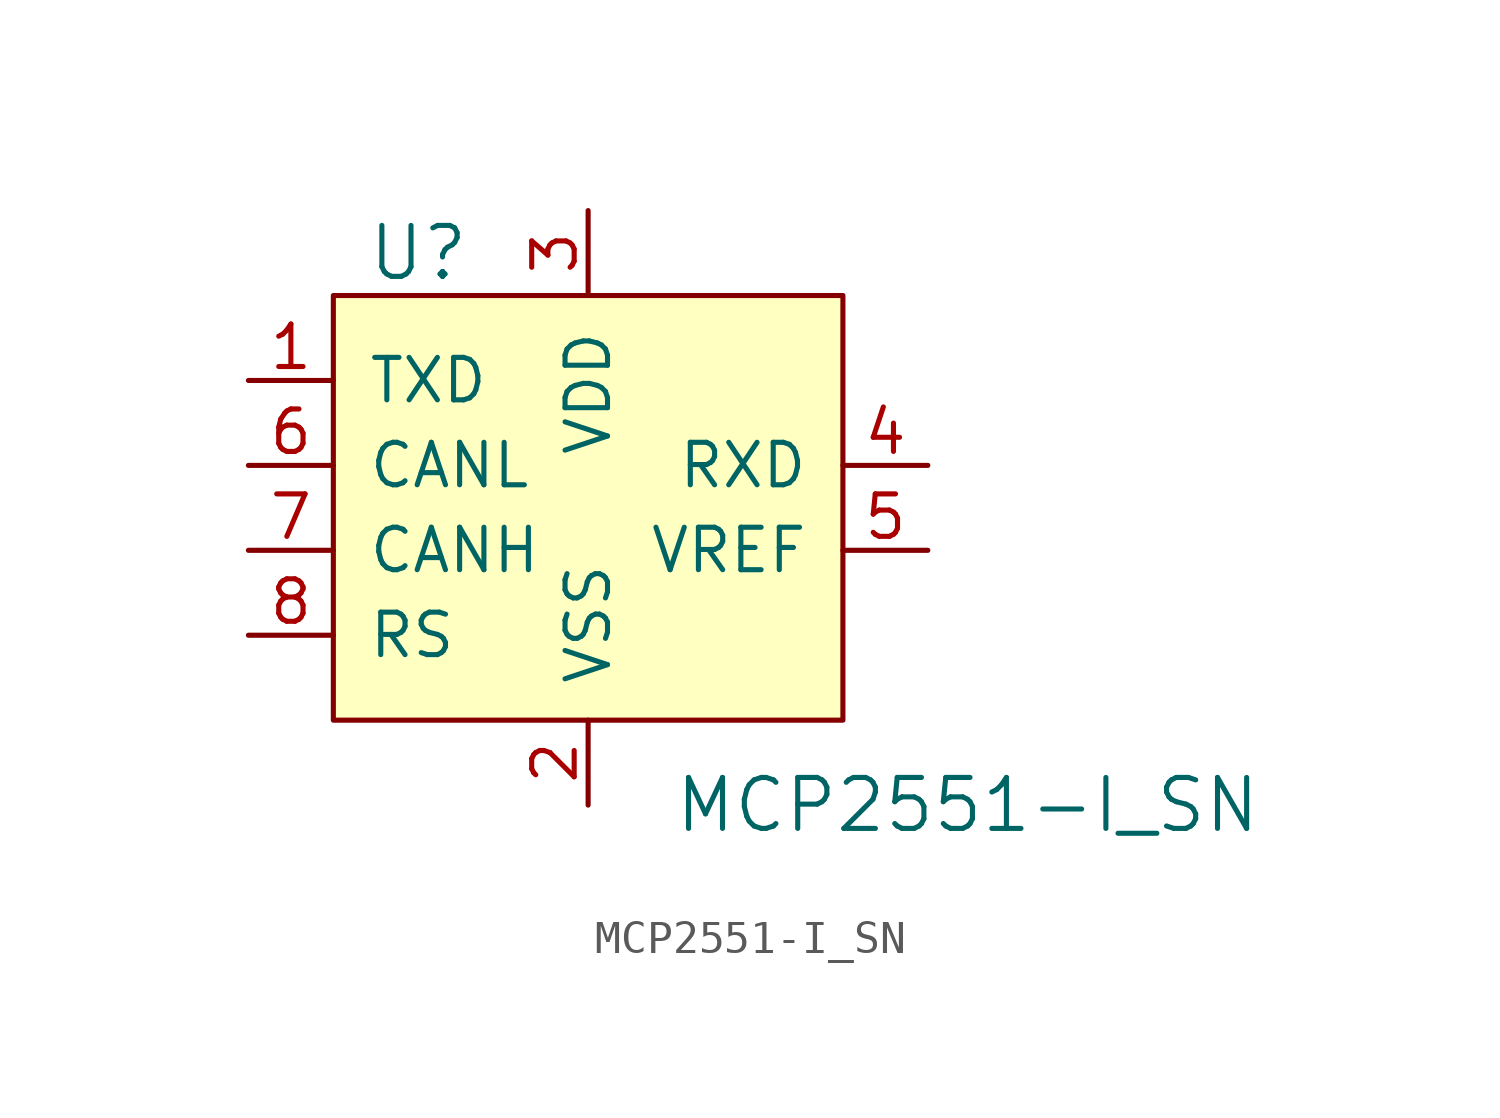
<source format=kicad_sym>
(kicad_symbol_lib
  (version 20231120)
  (generator "kicad_symbol_editor")
  (generator_version "8.0")
  (symbol "MCP2551-I_SN"
    (pin_names
      (offset 1.016))
    (property "Reference" "U"
      (at -5.08 8.89 0)
      (effects (font (size 1.524 1.524))))
    (property "Value" "MCP2551-I_SN"
      (at 2.54 -7.62 0)
      (effects (font (size 1.524 1.524)) (justify left)))
    (symbol "MCP2551-I_SN_0_1"
      (rectangle (start -7.62 7.62) (end 7.62 -5.08) (stroke (width 0) (type solid)) (fill (type background))))
    (symbol "MCP2551-I_SN_1_1"
      (pin input line (at -10.16 5.08 0) (length 2.54) (name "TXD" (effects (font (size 1.27 1.27)))) (number "1" (effects (font (size 1.27 1.27)))))
      (pin power_in line (at 0 -7.62 90) (length 2.54) (name "VSS" (effects (font (size 1.27 1.27)))) (number "2" (effects (font (size 1.27 1.27)))))
      (pin power_in line (at 0 10.16 270) (length 2.54) (name "VDD" (effects (font (size 1.27 1.27)))) (number "3" (effects (font (size 1.27 1.27)))))
      (pin output line (at 10.16 2.54 180) (length 2.54) (name "RXD" (effects (font (size 1.27 1.27)))) (number "4" (effects (font (size 1.27 1.27)))))
      (pin output line (at 10.16 0 180) (length 2.54) (name "VREF" (effects (font (size 1.27 1.27)))) (number "5" (effects (font (size 1.27 1.27)))))
      (pin bidirectional line (at -10.16 2.54 0) (length 2.54) (name "CANL" (effects (font (size 1.27 1.27)))) (number "6" (effects (font (size 1.27 1.27)))))
      (pin bidirectional line (at -10.16 0 0) (length 2.54) (name "CANH" (effects (font (size 1.27 1.27)))) (number "7" (effects (font (size 1.27 1.27)))))
      (pin input line (at -10.16 -2.54 0) (length 2.54) (name "RS" (effects (font (size 1.27 1.27)))) (number "8" (effects (font (size 1.27 1.27))))))))
</source>
